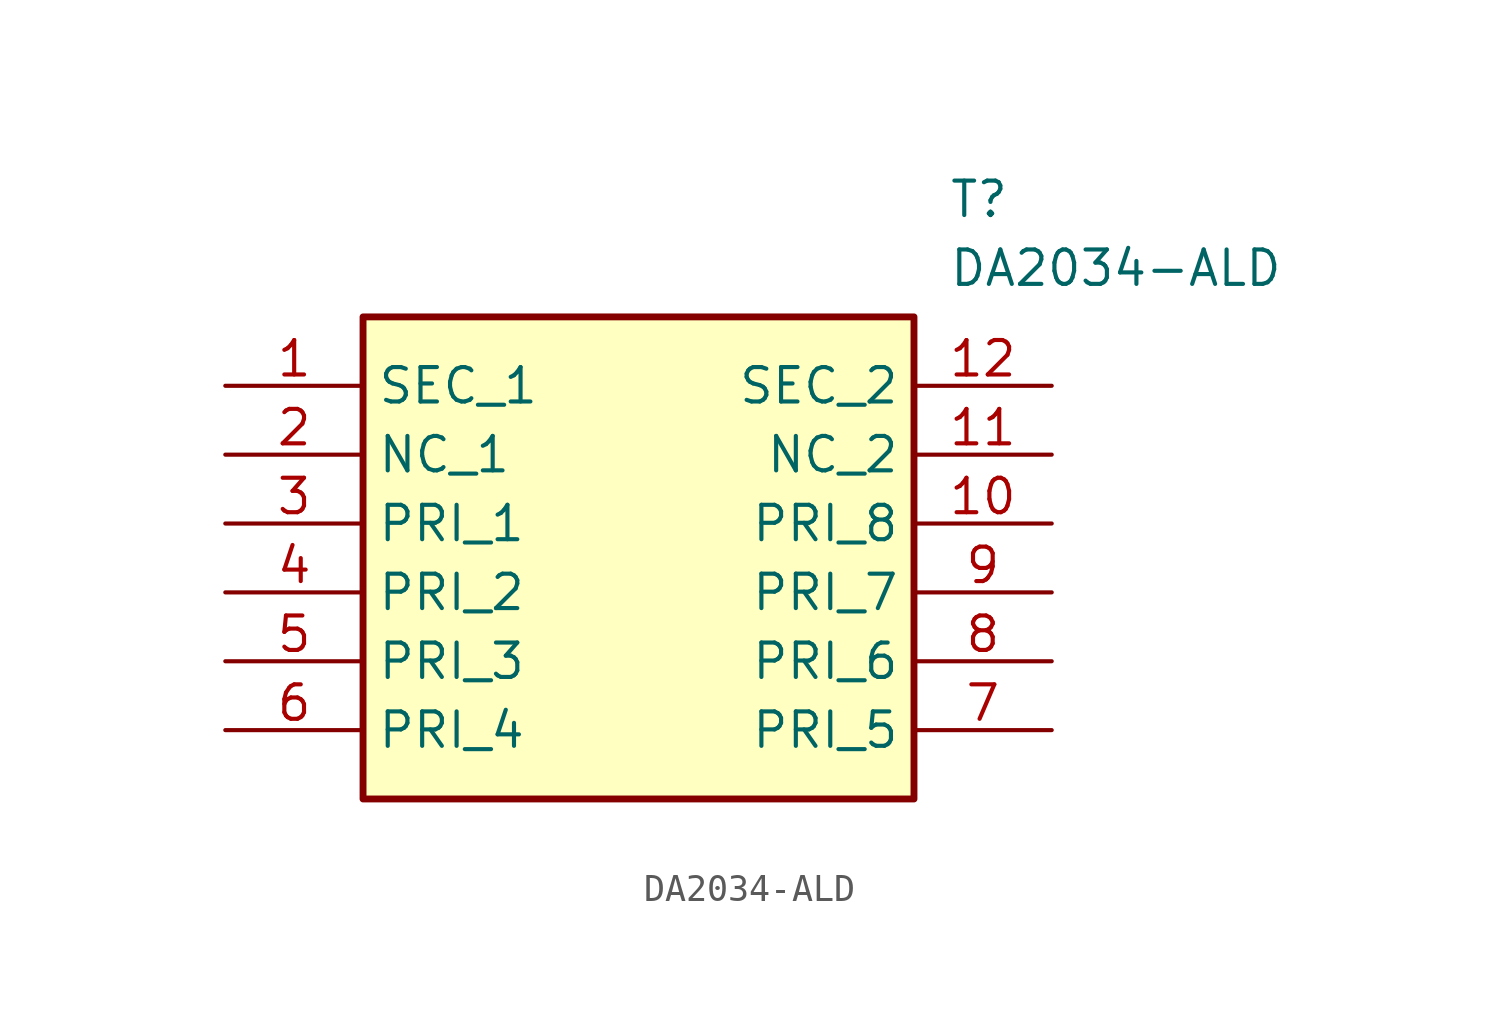
<source format=kicad_sym>
(kicad_symbol_lib
  (version 20211014)
  (generator SamacSys_ECAD_Model)
  (symbol "DA2034-ALD"
    (property "Reference" "T"
      (at 26.67 7.62 0)
      (effects (font (size 1.27 1.27)) (justify left top)))
    (property "Value" "DA2034-ALD"
      (at 26.67 5.08 0)
      (effects (font (size 1.27 1.27)) (justify left top)))
    (rectangle
      (start 5.08 2.54)
      (end 25.4 -15.24)
      (stroke (width 0.254) (type default))
      (fill (type background)))
    (pin passive line
      (at 0 0 0)
      (length 5.08)
      (name "SEC_1" (effects (font (size 1.27 1.27))))
      (number "1" (effects (font (size 1.27 1.27)))))
    (pin passive line
      (at 0 -2.54 0)
      (length 5.08)
      (name "NC_1" (effects (font (size 1.27 1.27))))
      (number "2" (effects (font (size 1.27 1.27)))))
    (pin passive line
      (at 0 -5.08 0)
      (length 5.08)
      (name "PRI_1" (effects (font (size 1.27 1.27))))
      (number "3" (effects (font (size 1.27 1.27)))))
    (pin passive line
      (at 0 -7.62 0)
      (length 5.08)
      (name "PRI_2" (effects (font (size 1.27 1.27))))
      (number "4" (effects (font (size 1.27 1.27)))))
    (pin passive line
      (at 0 -10.16 0)
      (length 5.08)
      (name "PRI_3" (effects (font (size 1.27 1.27))))
      (number "5" (effects (font (size 1.27 1.27)))))
    (pin passive line
      (at 0 -12.7 0)
      (length 5.08)
      (name "PRI_4" (effects (font (size 1.27 1.27))))
      (number "6" (effects (font (size 1.27 1.27)))))
    (pin passive line
      (at 30.48 0 180)
      (length 5.08)
      (name "SEC_2" (effects (font (size 1.27 1.27))))
      (number "12" (effects (font (size 1.27 1.27)))))
    (pin passive line
      (at 30.48 -2.54 180)
      (length 5.08)
      (name "NC_2" (effects (font (size 1.27 1.27))))
      (number "11" (effects (font (size 1.27 1.27)))))
    (pin passive line
      (at 30.48 -5.08 180)
      (length 5.08)
      (name "PRI_8" (effects (font (size 1.27 1.27))))
      (number "10" (effects (font (size 1.27 1.27)))))
    (pin passive line
      (at 30.48 -7.62 180)
      (length 5.08)
      (name "PRI_7" (effects (font (size 1.27 1.27))))
      (number "9" (effects (font (size 1.27 1.27)))))
    (pin passive line
      (at 30.48 -10.16 180)
      (length 5.08)
      (name "PRI_6" (effects (font (size 1.27 1.27))))
      (number "8" (effects (font (size 1.27 1.27)))))
    (pin passive line
      (at 30.48 -12.7 180)
      (length 5.08)
      (name "PRI_5" (effects (font (size 1.27 1.27))))
      (number "7" (effects (font (size 1.27 1.27)))))))
</source>
